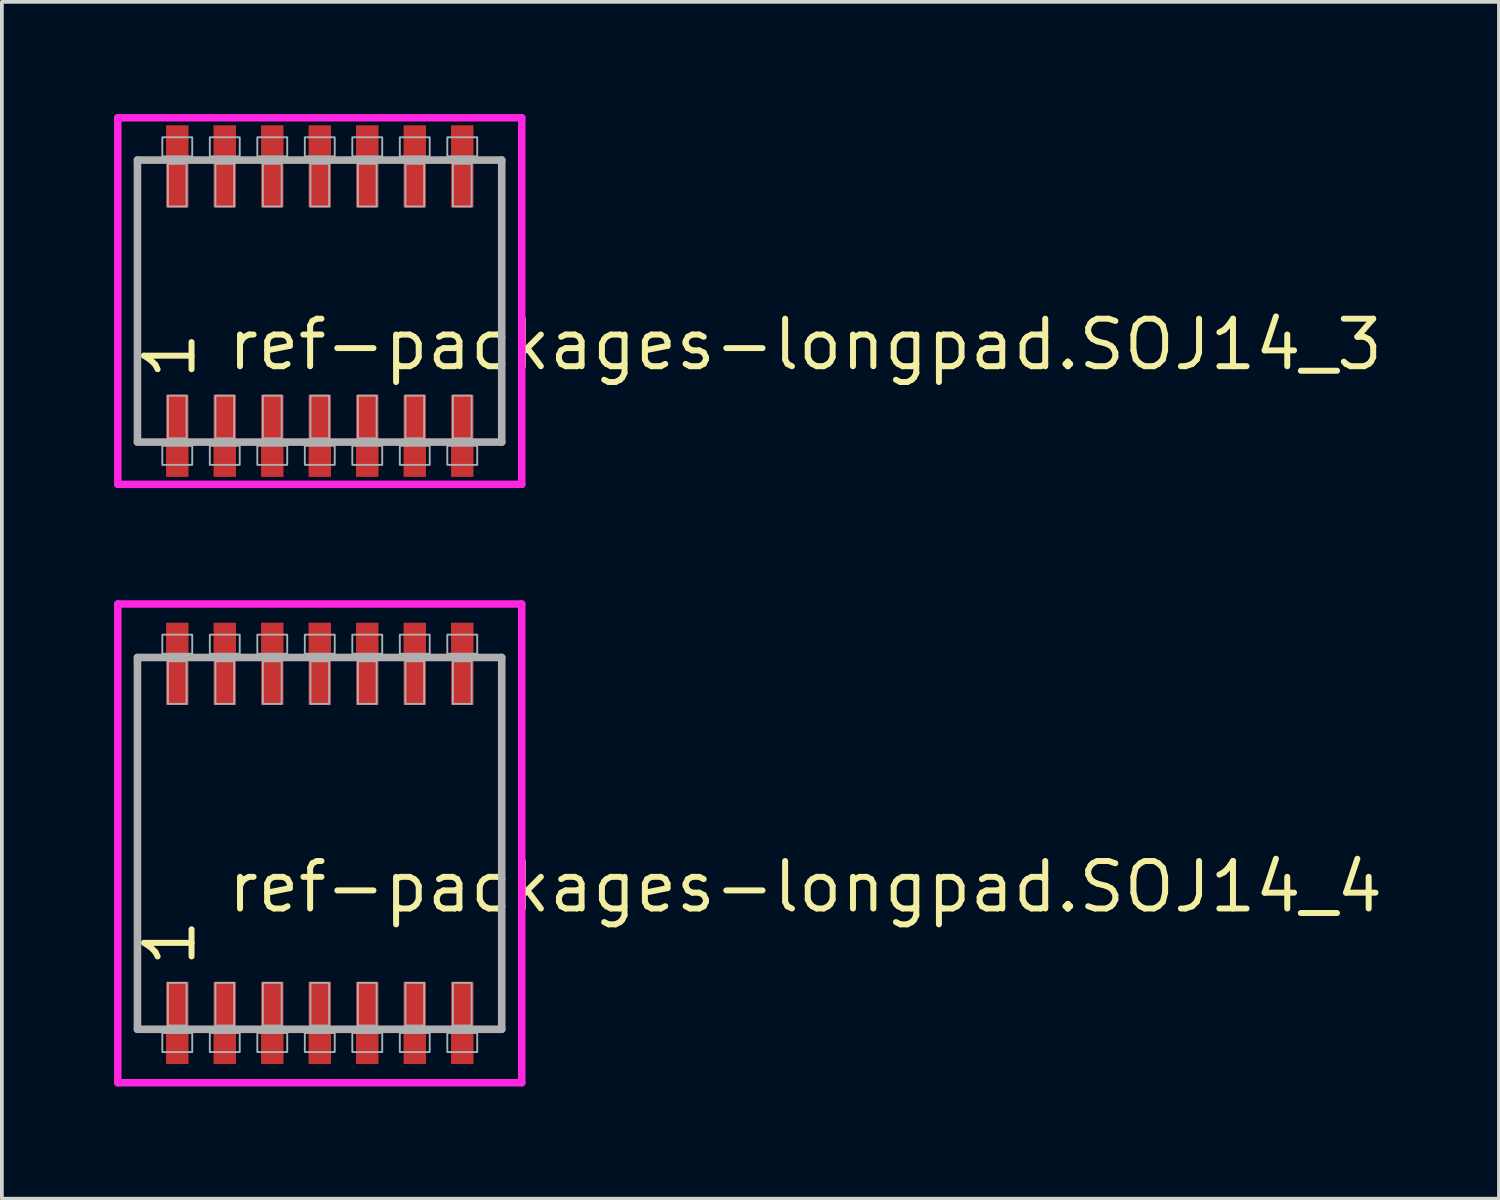
<source format=kicad_pcb>
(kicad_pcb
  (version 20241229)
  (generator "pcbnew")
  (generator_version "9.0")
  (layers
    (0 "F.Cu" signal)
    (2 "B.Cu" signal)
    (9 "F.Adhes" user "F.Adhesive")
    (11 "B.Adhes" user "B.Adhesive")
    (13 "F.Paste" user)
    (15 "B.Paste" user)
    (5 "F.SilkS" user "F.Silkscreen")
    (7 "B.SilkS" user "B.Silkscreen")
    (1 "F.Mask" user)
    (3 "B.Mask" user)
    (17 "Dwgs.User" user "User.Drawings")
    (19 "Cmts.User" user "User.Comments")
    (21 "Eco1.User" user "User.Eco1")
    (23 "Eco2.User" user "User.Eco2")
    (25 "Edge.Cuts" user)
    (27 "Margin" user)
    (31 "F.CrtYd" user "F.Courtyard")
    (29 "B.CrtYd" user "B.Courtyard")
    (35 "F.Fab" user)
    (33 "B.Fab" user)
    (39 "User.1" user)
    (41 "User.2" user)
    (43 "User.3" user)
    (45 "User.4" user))
  (footprint "ref-packages-longpad.SOJ14_4"
    (layer "F.Cu")
    (at 5.5 19.5)
    (property "Reference" "ref-packages-longpad.SOJ14_4" (at -2.54 1.905 0) (layer "F.SilkS") (effects (font (size 1.27 1.27) (thickness 0.16)) (justify left bottom)))
    (attr smd)
    (fp_line (start -5.4 -6.4) (end 5.4 -6.4) (stroke (width 0.2) (type default)) (layer "F.CrtYd"))
    (fp_line (start -5.4 6.4) (end -5.4 -6.4) (stroke (width 0.2) (type default)) (layer "F.CrtYd"))
    (fp_line (start 5.4 -6.4) (end 5.4 6.4) (stroke (width 0.2) (type default)) (layer "F.CrtYd"))
    (fp_line (start 5.4 6.4) (end -5.4 6.4) (stroke (width 0.2) (type default)) (layer "F.CrtYd"))
    (fp_line (start -4.875 -4.97) (end 4.865 -4.97) (stroke (width 0.203) (type default)) (layer "F.Fab"))
    (fp_line (start -4.875 4.97) (end -4.875 -4.97) (stroke (width 0.203) (type default)) (layer "F.Fab"))
    (fp_line (start 4.865 -4.97) (end 4.865 4.97) (stroke (width 0.203) (type default)) (layer "F.Fab"))
    (fp_line (start 4.865 4.97) (end -4.875 4.97) (stroke (width 0.203) (type default)) (layer "F.Fab"))
    (fp_rect (start -4.21 -5.07) (end -3.41 -5.58) (stroke (width 0.05) (type default)) (fill no) (layer "F.Fab"))
    (fp_rect (start -4.21 5.58) (end -3.41 5.07) (stroke (width 0.05) (type default)) (fill no) (layer "F.Fab"))
    (fp_rect (start -4.06 -3.73) (end -3.56 -4.87) (stroke (width 0.05) (type default)) (fill no) (layer "F.Fab"))
    (fp_rect (start -4.06 4.87) (end -3.56 3.73) (stroke (width 0.05) (type default)) (fill no) (layer "F.Fab"))
    (fp_rect (start -2.94 -5.07) (end -2.14 -5.58) (stroke (width 0.05) (type default)) (fill no) (layer "F.Fab"))
    (fp_rect (start -2.94 5.58) (end -2.14 5.07) (stroke (width 0.05) (type default)) (fill no) (layer "F.Fab"))
    (fp_rect (start -2.79 -3.73) (end -2.29 -4.87) (stroke (width 0.05) (type default)) (fill no) (layer "F.Fab"))
    (fp_rect (start -2.79 4.87) (end -2.29 3.73) (stroke (width 0.05) (type default)) (fill no) (layer "F.Fab"))
    (fp_rect (start -1.67 -5.07) (end -0.87 -5.58) (stroke (width 0.05) (type default)) (fill no) (layer "F.Fab"))
    (fp_rect (start -1.67 5.58) (end -0.87 5.07) (stroke (width 0.05) (type default)) (fill no) (layer "F.Fab"))
    (fp_rect (start -1.52 -3.73) (end -1.02 -4.87) (stroke (width 0.05) (type default)) (fill no) (layer "F.Fab"))
    (fp_rect (start -1.52 4.87) (end -1.02 3.73) (stroke (width 0.05) (type default)) (fill no) (layer "F.Fab"))
    (fp_rect (start -0.4 -5.07) (end 0.4 -5.58) (stroke (width 0.05) (type default)) (fill no) (layer "F.Fab"))
    (fp_rect (start -0.4 5.58) (end 0.4 5.07) (stroke (width 0.05) (type default)) (fill no) (layer "F.Fab"))
    (fp_rect (start -0.25 -3.73) (end 0.25 -4.87) (stroke (width 0.05) (type default)) (fill no) (layer "F.Fab"))
    (fp_rect (start -0.25 4.87) (end 0.25 3.73) (stroke (width 0.05) (type default)) (fill no) (layer "F.Fab"))
    (fp_rect (start 0.87 -5.07) (end 1.67 -5.58) (stroke (width 0.05) (type default)) (fill no) (layer "F.Fab"))
    (fp_rect (start 0.87 5.58) (end 1.67 5.07) (stroke (width 0.05) (type default)) (fill no) (layer "F.Fab"))
    (fp_rect (start 1.02 -3.73) (end 1.52 -4.87) (stroke (width 0.05) (type default)) (fill no) (layer "F.Fab"))
    (fp_rect (start 1.02 4.87) (end 1.52 3.73) (stroke (width 0.05) (type default)) (fill no) (layer "F.Fab"))
    (fp_rect (start 2.14 -5.07) (end 2.94 -5.58) (stroke (width 0.05) (type default)) (fill no) (layer "F.Fab"))
    (fp_rect (start 2.14 5.58) (end 2.94 5.07) (stroke (width 0.05) (type default)) (fill no) (layer "F.Fab"))
    (fp_rect (start 2.29 -3.73) (end 2.79 -4.87) (stroke (width 0.05) (type default)) (fill no) (layer "F.Fab"))
    (fp_rect (start 2.29 4.87) (end 2.79 3.73) (stroke (width 0.05) (type default)) (fill no) (layer "F.Fab"))
    (fp_rect (start 3.41 -5.07) (end 4.21 -5.58) (stroke (width 0.05) (type default)) (fill no) (layer "F.Fab"))
    (fp_rect (start 3.41 5.58) (end 4.21 5.07) (stroke (width 0.05) (type default)) (fill no) (layer "F.Fab"))
    (fp_rect (start 3.56 -3.73) (end 4.06 -4.87) (stroke (width 0.05) (type default)) (fill no) (layer "F.Fab"))
    (fp_rect (start 3.56 4.87) (end 4.06 3.73) (stroke (width 0.05) (type default)) (fill no) (layer "F.Fab"))
    (fp_text user "1" (at -3.265 3.37 90) (layer "F.SilkS") (effects (font (size 1.27 1.27) (thickness 0.16)) (justify left bottom)))
    (pad "1" smd roundrect (at -3.81 4.8) (size 0.6 2.2) (layers "F.Cu" "F.Mask" "F.Paste") (roundrect_rratio 0.01))
    (pad "2" smd roundrect (at -2.54 4.8) (size 0.6 2.2) (layers "F.Cu" "F.Mask" "F.Paste") (roundrect_rratio 0.01))
    (pad "3" smd roundrect (at -1.27 4.8) (size 0.6 2.2) (layers "F.Cu" "F.Mask" "F.Paste") (roundrect_rratio 0.01))
    (pad "4" smd roundrect (at 0 4.8) (size 0.6 2.2) (layers "F.Cu" "F.Mask" "F.Paste") (roundrect_rratio 0.01))
    (pad "5" smd roundrect (at 1.27 4.8) (size 0.6 2.2) (layers "F.Cu" "F.Mask" "F.Paste") (roundrect_rratio 0.01))
    (pad "6" smd roundrect (at 2.54 4.8) (size 0.6 2.2) (layers "F.Cu" "F.Mask" "F.Paste") (roundrect_rratio 0.01))
    (pad "7" smd roundrect (at 3.81 4.8) (size 0.6 2.2) (layers "F.Cu" "F.Mask" "F.Paste") (roundrect_rratio 0.01))
    (pad "8" smd roundrect (at 3.81 -4.8) (size 0.6 2.2) (layers "F.Cu" "F.Mask" "F.Paste") (roundrect_rratio 0.01))
    (pad "9" smd roundrect (at 2.54 -4.8) (size 0.6 2.2) (layers "F.Cu" "F.Mask" "F.Paste") (roundrect_rratio 0.01))
    (pad "10" smd roundrect (at 1.27 -4.8) (size 0.6 2.2) (layers "F.Cu" "F.Mask" "F.Paste") (roundrect_rratio 0.01))
    (pad "11" smd roundrect (at 0 -4.8) (size 0.6 2.2) (layers "F.Cu" "F.Mask" "F.Paste") (roundrect_rratio 0.01))
    (pad "12" smd roundrect (at -1.27 -4.8) (size 0.6 2.2) (layers "F.Cu" "F.Mask" "F.Paste") (roundrect_rratio 0.01))
    (pad "13" smd roundrect (at -2.54 -4.8) (size 0.6 2.2) (layers "F.Cu" "F.Mask" "F.Paste") (roundrect_rratio 0.01))
    (pad "14" smd roundrect (at -3.81 -4.8) (size 0.6 2.2) (layers "F.Cu" "F.Mask" "F.Paste") (roundrect_rratio 0.01)))
  (footprint "ref-packages-longpad.SOJ14_3"
    (layer "F.Cu")
    (at 5.5 5)
    (property "Reference" "ref-packages-longpad.SOJ14_3" (at -2.54 1.905 0) (layer "F.SilkS") (effects (font (size 1.27 1.27) (thickness 0.16)) (justify left bottom)))
    (attr smd)
    (fp_line (start -5.4 -4.9) (end 5.4 -4.9) (stroke (width 0.2) (type default)) (layer "F.CrtYd"))
    (fp_line (start -5.4 4.9) (end -5.4 -4.9) (stroke (width 0.2) (type default)) (layer "F.CrtYd"))
    (fp_line (start 5.4 -4.9) (end 5.4 4.9) (stroke (width 0.2) (type default)) (layer "F.CrtYd"))
    (fp_line (start 5.4 4.9) (end -5.4 4.9) (stroke (width 0.2) (type default)) (layer "F.CrtYd"))
    (fp_line (start -4.875 -3.77) (end 4.865 -3.77) (stroke (width 0.203) (type default)) (layer "F.Fab"))
    (fp_line (start -4.875 3.77) (end -4.875 -3.77) (stroke (width 0.203) (type default)) (layer "F.Fab"))
    (fp_line (start 4.865 -3.77) (end 4.865 3.77) (stroke (width 0.203) (type default)) (layer "F.Fab"))
    (fp_line (start 4.865 3.77) (end -4.875 3.77) (stroke (width 0.203) (type default)) (layer "F.Fab"))
    (fp_rect (start -4.21 -3.87) (end -3.41 -4.38) (stroke (width 0.05) (type default)) (fill no) (layer "F.Fab"))
    (fp_rect (start -4.21 4.38) (end -3.41 3.87) (stroke (width 0.05) (type default)) (fill no) (layer "F.Fab"))
    (fp_rect (start -4.06 -2.53) (end -3.56 -3.67) (stroke (width 0.05) (type default)) (fill no) (layer "F.Fab"))
    (fp_rect (start -4.06 3.67) (end -3.56 2.53) (stroke (width 0.05) (type default)) (fill no) (layer "F.Fab"))
    (fp_rect (start -2.94 -3.87) (end -2.14 -4.38) (stroke (width 0.05) (type default)) (fill no) (layer "F.Fab"))
    (fp_rect (start -2.94 4.38) (end -2.14 3.87) (stroke (width 0.05) (type default)) (fill no) (layer "F.Fab"))
    (fp_rect (start -2.79 -2.53) (end -2.29 -3.67) (stroke (width 0.05) (type default)) (fill no) (layer "F.Fab"))
    (fp_rect (start -2.79 3.67) (end -2.29 2.53) (stroke (width 0.05) (type default)) (fill no) (layer "F.Fab"))
    (fp_rect (start -1.67 -3.87) (end -0.87 -4.38) (stroke (width 0.05) (type default)) (fill no) (layer "F.Fab"))
    (fp_rect (start -1.67 4.38) (end -0.87 3.87) (stroke (width 0.05) (type default)) (fill no) (layer "F.Fab"))
    (fp_rect (start -1.52 -2.53) (end -1.02 -3.67) (stroke (width 0.05) (type default)) (fill no) (layer "F.Fab"))
    (fp_rect (start -1.52 3.67) (end -1.02 2.53) (stroke (width 0.05) (type default)) (fill no) (layer "F.Fab"))
    (fp_rect (start -0.4 -3.87) (end 0.4 -4.38) (stroke (width 0.05) (type default)) (fill no) (layer "F.Fab"))
    (fp_rect (start -0.4 4.38) (end 0.4 3.87) (stroke (width 0.05) (type default)) (fill no) (layer "F.Fab"))
    (fp_rect (start -0.25 -2.53) (end 0.25 -3.67) (stroke (width 0.05) (type default)) (fill no) (layer "F.Fab"))
    (fp_rect (start -0.25 3.67) (end 0.25 2.53) (stroke (width 0.05) (type default)) (fill no) (layer "F.Fab"))
    (fp_rect (start 0.87 -3.87) (end 1.67 -4.38) (stroke (width 0.05) (type default)) (fill no) (layer "F.Fab"))
    (fp_rect (start 0.87 4.38) (end 1.67 3.87) (stroke (width 0.05) (type default)) (fill no) (layer "F.Fab"))
    (fp_rect (start 1.02 -2.53) (end 1.52 -3.67) (stroke (width 0.05) (type default)) (fill no) (layer "F.Fab"))
    (fp_rect (start 1.02 3.67) (end 1.52 2.53) (stroke (width 0.05) (type default)) (fill no) (layer "F.Fab"))
    (fp_rect (start 2.14 -3.87) (end 2.94 -4.38) (stroke (width 0.05) (type default)) (fill no) (layer "F.Fab"))
    (fp_rect (start 2.14 4.38) (end 2.94 3.87) (stroke (width 0.05) (type default)) (fill no) (layer "F.Fab"))
    (fp_rect (start 2.29 -2.53) (end 2.79 -3.67) (stroke (width 0.05) (type default)) (fill no) (layer "F.Fab"))
    (fp_rect (start 2.29 3.67) (end 2.79 2.53) (stroke (width 0.05) (type default)) (fill no) (layer "F.Fab"))
    (fp_rect (start 3.41 -3.87) (end 4.21 -4.38) (stroke (width 0.05) (type default)) (fill no) (layer "F.Fab"))
    (fp_rect (start 3.41 4.38) (end 4.21 3.87) (stroke (width 0.05) (type default)) (fill no) (layer "F.Fab"))
    (fp_rect (start 3.56 -2.53) (end 4.06 -3.67) (stroke (width 0.05) (type default)) (fill no) (layer "F.Fab"))
    (fp_rect (start 3.56 3.67) (end 4.06 2.53) (stroke (width 0.05) (type default)) (fill no) (layer "F.Fab"))
    (fp_text user "1" (at -3.265 2.17 90) (layer "F.SilkS") (effects (font (size 1.27 1.27) (thickness 0.16)) (justify left bottom)))
    (pad "1" smd roundrect (at -3.81 3.6) (size 0.6 2.2) (layers "F.Cu" "F.Mask" "F.Paste") (roundrect_rratio 0.01))
    (pad "2" smd roundrect (at -2.54 3.6) (size 0.6 2.2) (layers "F.Cu" "F.Mask" "F.Paste") (roundrect_rratio 0.01))
    (pad "3" smd roundrect (at -1.27 3.6) (size 0.6 2.2) (layers "F.Cu" "F.Mask" "F.Paste") (roundrect_rratio 0.01))
    (pad "4" smd roundrect (at 0 3.6) (size 0.6 2.2) (layers "F.Cu" "F.Mask" "F.Paste") (roundrect_rratio 0.01))
    (pad "5" smd roundrect (at 1.27 3.6) (size 0.6 2.2) (layers "F.Cu" "F.Mask" "F.Paste") (roundrect_rratio 0.01))
    (pad "6" smd roundrect (at 2.54 3.6) (size 0.6 2.2) (layers "F.Cu" "F.Mask" "F.Paste") (roundrect_rratio 0.01))
    (pad "7" smd roundrect (at 3.81 3.6) (size 0.6 2.2) (layers "F.Cu" "F.Mask" "F.Paste") (roundrect_rratio 0.01))
    (pad "8" smd roundrect (at 3.81 -3.6) (size 0.6 2.2) (layers "F.Cu" "F.Mask" "F.Paste") (roundrect_rratio 0.01))
    (pad "9" smd roundrect (at 2.54 -3.6) (size 0.6 2.2) (layers "F.Cu" "F.Mask" "F.Paste") (roundrect_rratio 0.01))
    (pad "10" smd roundrect (at 1.27 -3.6) (size 0.6 2.2) (layers "F.Cu" "F.Mask" "F.Paste") (roundrect_rratio 0.01))
    (pad "11" smd roundrect (at 0 -3.6) (size 0.6 2.2) (layers "F.Cu" "F.Mask" "F.Paste") (roundrect_rratio 0.01))
    (pad "12" smd roundrect (at -1.27 -3.6) (size 0.6 2.2) (layers "F.Cu" "F.Mask" "F.Paste") (roundrect_rratio 0.01))
    (pad "13" smd roundrect (at -2.54 -3.6) (size 0.6 2.2) (layers "F.Cu" "F.Mask" "F.Paste") (roundrect_rratio 0.01))
    (pad "14" smd roundrect (at -3.81 -3.6) (size 0.6 2.2) (layers "F.Cu" "F.Mask" "F.Paste") (roundrect_rratio 0.01)))
  (gr_rect
    (start -3 -3)
    (end 37.029 29)
    (stroke (width 0.1) (type default))
    (fill no)
    (layer "Edge.Cuts")))
</source>
